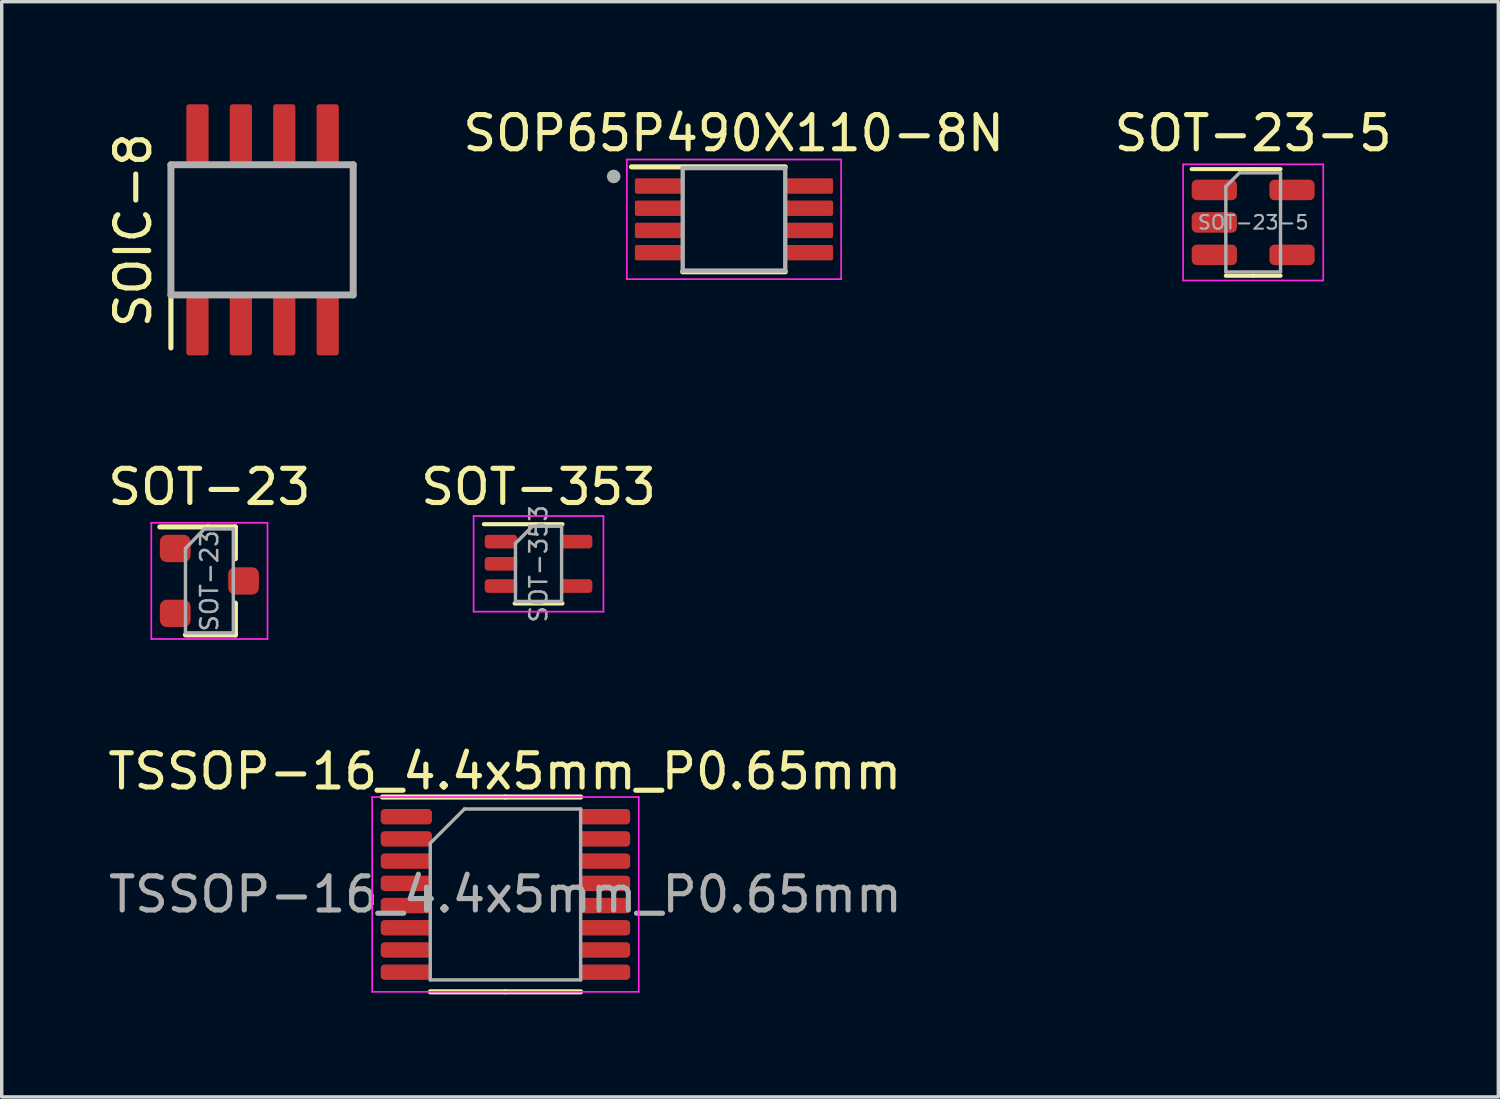
<source format=kicad_pcb>
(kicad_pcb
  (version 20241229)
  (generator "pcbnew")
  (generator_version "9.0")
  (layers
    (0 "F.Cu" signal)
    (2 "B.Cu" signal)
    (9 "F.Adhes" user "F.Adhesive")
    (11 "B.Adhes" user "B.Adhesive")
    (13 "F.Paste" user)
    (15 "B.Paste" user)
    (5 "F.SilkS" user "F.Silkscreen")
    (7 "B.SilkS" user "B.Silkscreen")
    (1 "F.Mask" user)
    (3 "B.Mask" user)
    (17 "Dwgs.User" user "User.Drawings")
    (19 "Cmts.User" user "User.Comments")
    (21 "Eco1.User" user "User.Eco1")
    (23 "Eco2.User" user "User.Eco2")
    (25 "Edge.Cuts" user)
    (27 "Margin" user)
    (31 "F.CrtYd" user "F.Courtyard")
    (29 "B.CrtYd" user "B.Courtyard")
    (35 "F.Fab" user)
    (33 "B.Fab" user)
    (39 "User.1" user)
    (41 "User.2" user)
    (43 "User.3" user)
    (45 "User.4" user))
  (footprint "SOIC-8"
    (layer "F.Cu")
    (at 4.618 3.675)
    (property "Reference" "SOIC-8" (at -3.77 0.01 270) (layer "F.SilkS") (effects (font (size 1 1) (thickness 0.15))))
    (attr smd)
    (fp_line (start -2.667 3.455) (end -2.667 -1.27) (stroke (width 0.15) (type solid)) (layer "F.SilkS"))
    (fp_line (start 2.667 -1.27) (end 2.667 1.27) (stroke (width 0.15) (type solid)) (layer "F.SilkS"))
    (fp_line (start -2.667 -1.905) (end 2.667 -1.905) (stroke (width 0.203) (type solid)) (layer "F.Fab"))
    (fp_line (start -2.667 1.905) (end -2.667 -1.905) (stroke (width 0.203) (type solid)) (layer "F.Fab"))
    (fp_line (start 2.667 -1.905) (end 2.667 1.905) (stroke (width 0.203) (type solid)) (layer "F.Fab"))
    (fp_line (start 2.667 1.905) (end -2.667 1.905) (stroke (width 0.203) (type solid)) (layer "F.Fab"))
    (pad "1" smd roundrect (at -1.89 2.8 90) (size 1.75 0.65) (layers "F.Cu" "F.Mask" "F.Paste") (roundrect_rratio 0.125))
    (pad "2" smd roundrect (at -0.62 2.8 90) (size 1.75 0.65) (layers "F.Cu" "F.Mask" "F.Paste") (roundrect_rratio 0.125))
    (pad "3" smd roundrect (at 0.65 2.8 90) (size 1.75 0.65) (layers "F.Cu" "F.Mask" "F.Paste") (roundrect_rratio 0.125))
    (pad "4" smd roundrect (at 1.92 2.8 90) (size 1.75 0.65) (layers "F.Cu" "F.Mask" "F.Paste") (roundrect_rratio 0.125))
    (pad "5" smd roundrect (at 1.92 -2.8 90) (size 1.75 0.65) (layers "F.Cu" "F.Mask" "F.Paste") (roundrect_rratio 0.125))
    (pad "6" smd roundrect (at 0.65 -2.8 90) (size 1.75 0.65) (layers "F.Cu" "F.Mask" "F.Paste") (roundrect_rratio 0.125))
    (pad "7" smd roundrect (at -0.62 -2.8 90) (size 1.75 0.65) (layers "F.Cu" "F.Mask" "F.Paste") (roundrect_rratio 0.125))
    (pad "8" smd roundrect (at -1.89 -2.8 90) (size 1.75 0.65) (layers "F.Cu" "F.Mask" "F.Paste") (roundrect_rratio 0.125)))
  (footprint "SOT-23"
    (layer "F.Cu")
    (at 3.077 13.948)
    (property "Reference" "SOT-23" (at 0 -2.75 0) (layer "F.SilkS") (effects (font (size 1 1) (thickness 0.15))))
    (attr smd)
    (fp_line (start -0.04 -1.58) (end -1.45 -1.58) (stroke (width 0.15) (type solid)) (layer "F.SilkS"))
    (fp_line (start -0.04 -1.58) (end 0.76 -1.58) (stroke (width 0.15) (type solid)) (layer "F.SilkS"))
    (fp_line (start 0.76 -1.58) (end 0.76 -0.65) (stroke (width 0.15) (type solid)) (layer "F.SilkS"))
    (fp_line (start 0.76 1.58) (end -0.7 1.58) (stroke (width 0.15) (type solid)) (layer "F.SilkS"))
    (fp_line (start 0.76 1.58) (end 0.76 0.65) (stroke (width 0.15) (type solid)) (layer "F.SilkS"))
    (fp_line (start -1.7 -1.7) (end 1.7 -1.7) (stroke (width 0.05) (type solid)) (layer "F.CrtYd"))
    (fp_line (start -1.7 1.7) (end -1.7 -1.7) (stroke (width 0.05) (type solid)) (layer "F.CrtYd"))
    (fp_line (start 1.7 -1.7) (end 1.7 1.7) (stroke (width 0.05) (type solid)) (layer "F.CrtYd"))
    (fp_line (start 1.7 1.7) (end -1.7 1.7) (stroke (width 0.05) (type solid)) (layer "F.CrtYd"))
    (fp_line (start -0.7 -0.95) (end -0.7 1.5) (stroke (width 0.1) (type solid)) (layer "F.Fab"))
    (fp_line (start -0.7 -0.95) (end -0.15 -1.52) (stroke (width 0.1) (type solid)) (layer "F.Fab"))
    (fp_line (start -0.7 1.52) (end 0.7 1.52) (stroke (width 0.1) (type solid)) (layer "F.Fab"))
    (fp_line (start -0.15 -1.52) (end 0.7 -1.52) (stroke (width 0.1) (type solid)) (layer "F.Fab"))
    (fp_line (start 0.7 -1.52) (end 0.7 1.52) (stroke (width 0.1) (type solid)) (layer "F.Fab"))
    (fp_text user "${REFERENCE}" (at 0 0 90) (layer "F.Fab") (effects (font (size 0.5 0.5) (thickness 0.075))))
    (pad "1" smd roundrect (at -1 -0.95) (size 0.9 0.8) (layers "F.Cu" "F.Mask" "F.Paste") (roundrect_rratio 0.25))
    (pad "2" smd roundrect (at -1 0.95) (size 0.9 0.8) (layers "F.Cu" "F.Mask" "F.Paste") (roundrect_rratio 0.25))
    (pad "3" smd roundrect (at 1 0) (size 0.9 0.8) (layers "F.Cu" "F.Mask" "F.Paste") (roundrect_rratio 0.25)))
  (footprint "SOP65P490X110-8N"
    (layer "F.Cu")
    (at 18.427 3.368)
    (property "Reference" "SOP65P490X110-8N" (at -0.01 -2.52 0) (layer "F.SilkS") (effects (font (size 1 1) (thickness 0.15))))
    (attr smd)
    (fp_line (start -3 -1.535) (end 1.5 -1.535) (stroke (width 0.15) (type solid)) (layer "F.SilkS"))
    (fp_line (start -1.5 1.535) (end 1.5 1.535) (stroke (width 0.15) (type solid)) (layer "F.SilkS"))
    (fp_line (start -3.135 -1.75) (end -3.135 1.75) (stroke (width 0.05) (type solid)) (layer "F.CrtYd"))
    (fp_line (start -3.135 -1.75) (end 3.135 -1.75) (stroke (width 0.05) (type solid)) (layer "F.CrtYd"))
    (fp_line (start -3.135 1.75) (end 3.135 1.75) (stroke (width 0.05) (type solid)) (layer "F.CrtYd"))
    (fp_line (start 3.135 -1.75) (end 3.135 1.75) (stroke (width 0.05) (type solid)) (layer "F.CrtYd"))
    (fp_line (start -1.5 -1.5) (end -1.5 1.5) (stroke (width 0.127) (type solid)) (layer "F.Fab"))
    (fp_line (start -1.5 -1.5) (end 1.5 -1.5) (stroke (width 0.127) (type solid)) (layer "F.Fab"))
    (fp_line (start -1.5 1.5) (end 1.5 1.5) (stroke (width 0.127) (type solid)) (layer "F.Fab"))
    (fp_line (start 1.5 -1.5) (end 1.5 1.5) (stroke (width 0.127) (type solid)) (layer "F.Fab"))
    (fp_circle (center -3.52 -1.255) (end -3.42 -1.255) (stroke (width 0.2) (type solid)) (fill no) (layer "F.Fab"))
    (pad "1" smd roundrect (at -2.2 -0.975) (size 1.4 0.45) (layers "F.Cu" "F.Mask" "F.Paste") (roundrect_rratio 0.125))
    (pad "2" smd roundrect (at -2.2 -0.325) (size 1.4 0.45) (layers "F.Cu" "F.Mask" "F.Paste") (roundrect_rratio 0.125))
    (pad "3" smd roundrect (at -2.2 0.325) (size 1.4 0.45) (layers "F.Cu" "F.Mask" "F.Paste") (roundrect_rratio 0.125))
    (pad "4" smd roundrect (at -2.2 0.975) (size 1.4 0.45) (layers "F.Cu" "F.Mask" "F.Paste") (roundrect_rratio 0.125))
    (pad "5" smd roundrect (at 2.2 0.975) (size 1.4 0.45) (layers "F.Cu" "F.Mask" "F.Paste") (roundrect_rratio 0.125))
    (pad "6" smd roundrect (at 2.2 0.325) (size 1.4 0.45) (layers "F.Cu" "F.Mask" "F.Paste") (roundrect_rratio 0.125))
    (pad "7" smd roundrect (at 2.2 -0.325) (size 1.4 0.45) (layers "F.Cu" "F.Mask" "F.Paste") (roundrect_rratio 0.125))
    (pad "8" smd roundrect (at 2.2 -0.975) (size 1.4 0.45) (layers "F.Cu" "F.Mask" "F.Paste") (roundrect_rratio 0.125)))
  (footprint "SOT-23-5"
    (layer "F.Cu")
    (at 33.619 3.458)
    (property "Reference" "SOT-23-5" (at 0 -2.61 0) (layer "F.SilkS") (effects (font (size 1 1) (thickness 0.15))))
    (attr smd)
    (fp_line (start 0 -1.56) (end -1.8 -1.56) (stroke (width 0.12) (type solid)) (layer "F.SilkS"))
    (fp_line (start 0 -1.56) (end 0.8 -1.56) (stroke (width 0.12) (type solid)) (layer "F.SilkS"))
    (fp_line (start 0 1.56) (end -0.8 1.56) (stroke (width 0.12) (type solid)) (layer "F.SilkS"))
    (fp_line (start 0 1.56) (end 0.8 1.56) (stroke (width 0.12) (type solid)) (layer "F.SilkS"))
    (fp_line (start -2.05 -1.7) (end -2.05 1.7) (stroke (width 0.05) (type solid)) (layer "F.CrtYd"))
    (fp_line (start -2.05 1.7) (end 2.05 1.7) (stroke (width 0.05) (type solid)) (layer "F.CrtYd"))
    (fp_line (start 2.05 -1.7) (end -2.05 -1.7) (stroke (width 0.05) (type solid)) (layer "F.CrtYd"))
    (fp_line (start 2.05 1.7) (end 2.05 -1.7) (stroke (width 0.05) (type solid)) (layer "F.CrtYd"))
    (fp_line (start -0.8 -1.05) (end -0.4 -1.45) (stroke (width 0.1) (type solid)) (layer "F.Fab"))
    (fp_line (start -0.8 1.45) (end -0.8 -1.05) (stroke (width 0.1) (type solid)) (layer "F.Fab"))
    (fp_line (start -0.4 -1.45) (end 0.8 -1.45) (stroke (width 0.1) (type solid)) (layer "F.Fab"))
    (fp_line (start 0.8 -1.45) (end 0.8 1.45) (stroke (width 0.1) (type solid)) (layer "F.Fab"))
    (fp_line (start 0.8 1.45) (end -0.8 1.45) (stroke (width 0.1) (type solid)) (layer "F.Fab"))
    (fp_text user "${REFERENCE}" (at 0 0 0) (layer "F.Fab") (effects (font (size 0.4 0.4) (thickness 0.06))))
    (pad "1" smd roundrect (at -1.137 -0.95) (size 1.325 0.6) (layers "F.Cu" "F.Mask" "F.Paste") (roundrect_rratio 0.25))
    (pad "2" smd roundrect (at -1.137 0) (size 1.325 0.6) (layers "F.Cu" "F.Mask" "F.Paste") (roundrect_rratio 0.25))
    (pad "3" smd roundrect (at -1.137 0.95) (size 1.325 0.6) (layers "F.Cu" "F.Mask" "F.Paste") (roundrect_rratio 0.25))
    (pad "4" smd roundrect (at 1.137 0.95) (size 1.325 0.6) (layers "F.Cu" "F.Mask" "F.Paste") (roundrect_rratio 0.25))
    (pad "5" smd roundrect (at 1.137 -0.95) (size 1.325 0.6) (layers "F.Cu" "F.Mask" "F.Paste") (roundrect_rratio 0.25)))
  (footprint "SOT-353"
    (layer "F.Cu")
    (at 12.708 13.448)
    (property "Reference" "SOT-353" (at 0 -2.25 0) (layer "F.SilkS") (effects (font (size 1 1) (thickness 0.15))))
    (attr smd)
    (fp_line (start -1.6 -1.16) (end 0.7 -1.16) (stroke (width 0.12) (type solid)) (layer "F.SilkS"))
    (fp_line (start -0.7 1.16) (end 0.7 1.16) (stroke (width 0.12) (type solid)) (layer "F.SilkS"))
    (fp_line (start -1.9 -1.4) (end -1.9 1.4) (stroke (width 0.05) (type solid)) (layer "F.CrtYd"))
    (fp_line (start -1.9 -1.4) (end 1.9 -1.4) (stroke (width 0.05) (type solid)) (layer "F.CrtYd"))
    (fp_line (start -1.9 1.4) (end 1.9 1.4) (stroke (width 0.05) (type solid)) (layer "F.CrtYd"))
    (fp_line (start 1.9 1.4) (end 1.9 -1.4) (stroke (width 0.05) (type solid)) (layer "F.CrtYd"))
    (fp_line (start -0.675 -0.6) (end -0.675 1.1) (stroke (width 0.1) (type solid)) (layer "F.Fab"))
    (fp_line (start -0.175 -1.1) (end -0.675 -0.6) (stroke (width 0.1) (type solid)) (layer "F.Fab"))
    (fp_line (start 0.675 -1.1) (end -0.175 -1.1) (stroke (width 0.1) (type solid)) (layer "F.Fab"))
    (fp_line (start 0.675 -1.1) (end 0.675 1.1) (stroke (width 0.1) (type solid)) (layer "F.Fab"))
    (fp_line (start 0.675 1.1) (end -0.675 1.1) (stroke (width 0.1) (type solid)) (layer "F.Fab"))
    (fp_text user "${REFERENCE}" (at 0 0 90) (layer "F.Fab") (effects (font (size 0.5 0.5) (thickness 0.075))))
    (pad "1" smd roundrect (at -1.1 -0.65) (size 0.95 0.4) (layers "F.Cu" "F.Mask" "F.Paste") (roundrect_rratio 0.25))
    (pad "2" smd roundrect (at -1.1 0) (size 0.95 0.4) (layers "F.Cu" "F.Mask" "F.Paste") (roundrect_rratio 0.25))
    (pad "3" smd roundrect (at -1.1 0.65) (size 0.95 0.4) (layers "F.Cu" "F.Mask" "F.Paste") (roundrect_rratio 0.25))
    (pad "4" smd roundrect (at 1.1 0.65) (size 0.95 0.4) (layers "F.Cu" "F.Mask" "F.Paste") (roundrect_rratio 0.25))
    (pad "5" smd roundrect (at 1.1 -0.65) (size 0.95 0.4) (layers "F.Cu" "F.Mask" "F.Paste") (roundrect_rratio 0.25)))
  (footprint "TSSOP-16_4.4x5mm_P0.65mm"
    (layer "F.Cu")
    (at 11.74 23.122)
    (property "Reference" "TSSOP-16_4.4x5mm_P0.65mm" (at -0.02 -3.6 0) (layer "F.SilkS") (effects (font (size 1 1) (thickness 0.15))))
    (attr smd)
    (fp_line (start 0 -2.85) (end -3.6 -2.85) (stroke (width 0.15) (type solid)) (layer "F.SilkS"))
    (fp_line (start 0 -2.85) (end 2.2 -2.85) (stroke (width 0.15) (type solid)) (layer "F.SilkS"))
    (fp_line (start 0 2.85) (end -2.2 2.85) (stroke (width 0.15) (type solid)) (layer "F.SilkS"))
    (fp_line (start 0 2.85) (end 2.2 2.85) (stroke (width 0.15) (type solid)) (layer "F.SilkS"))
    (fp_line (start -3.9 -2.85) (end -3.9 2.85) (stroke (width 0.05) (type solid)) (layer "F.CrtYd"))
    (fp_line (start -3.9 2.85) (end 3.9 2.85) (stroke (width 0.05) (type solid)) (layer "F.CrtYd"))
    (fp_line (start 3.9 -2.85) (end -3.9 -2.85) (stroke (width 0.05) (type solid)) (layer "F.CrtYd"))
    (fp_line (start 3.9 2.85) (end 3.9 -2.85) (stroke (width 0.05) (type solid)) (layer "F.CrtYd"))
    (fp_line (start -2.2 -1.5) (end -1.2 -2.5) (stroke (width 0.1) (type solid)) (layer "F.Fab"))
    (fp_line (start -2.2 2.5) (end -2.2 -1.5) (stroke (width 0.1) (type solid)) (layer "F.Fab"))
    (fp_line (start -1.2 -2.5) (end 2.2 -2.5) (stroke (width 0.1) (type solid)) (layer "F.Fab"))
    (fp_line (start 2.2 -2.5) (end 2.2 2.5) (stroke (width 0.1) (type solid)) (layer "F.Fab"))
    (fp_line (start 2.2 2.5) (end -2.2 2.5) (stroke (width 0.1) (type solid)) (layer "F.Fab"))
    (fp_text user "${REFERENCE}" (at 0 0 0) (layer "F.Fab") (effects (font (size 1 1) (thickness 0.15))))
    (pad "1" smd roundrect (at -2.9 -2.275) (size 1.5 0.45) (layers "F.Cu" "F.Mask" "F.Paste") (roundrect_rratio 0.25))
    (pad "2" smd roundrect (at -2.9 -1.625) (size 1.5 0.45) (layers "F.Cu" "F.Mask" "F.Paste") (roundrect_rratio 0.25))
    (pad "3" smd roundrect (at -2.9 -0.975) (size 1.5 0.45) (layers "F.Cu" "F.Mask" "F.Paste") (roundrect_rratio 0.25))
    (pad "4" smd roundrect (at -2.9 -0.325) (size 1.5 0.45) (layers "F.Cu" "F.Mask" "F.Paste") (roundrect_rratio 0.25))
    (pad "5" smd roundrect (at -2.9 0.325) (size 1.5 0.45) (layers "F.Cu" "F.Mask" "F.Paste") (roundrect_rratio 0.25))
    (pad "6" smd roundrect (at -2.9 0.975) (size 1.5 0.45) (layers "F.Cu" "F.Mask" "F.Paste") (roundrect_rratio 0.25))
    (pad "7" smd roundrect (at -2.9 1.625) (size 1.5 0.45) (layers "F.Cu" "F.Mask" "F.Paste") (roundrect_rratio 0.25))
    (pad "8" smd roundrect (at -2.9 2.275) (size 1.5 0.45) (layers "F.Cu" "F.Mask" "F.Paste") (roundrect_rratio 0.25))
    (pad "9" smd roundrect (at 2.9 2.275) (size 1.5 0.45) (layers "F.Cu" "F.Mask" "F.Paste") (roundrect_rratio 0.25))
    (pad "10" smd roundrect (at 2.9 1.625) (size 1.5 0.45) (layers "F.Cu" "F.Mask" "F.Paste") (roundrect_rratio 0.25))
    (pad "11" smd roundrect (at 2.9 0.975) (size 1.5 0.45) (layers "F.Cu" "F.Mask" "F.Paste") (roundrect_rratio 0.25))
    (pad "12" smd roundrect (at 2.9 0.325) (size 1.5 0.45) (layers "F.Cu" "F.Mask" "F.Paste") (roundrect_rratio 0.25))
    (pad "13" smd roundrect (at 2.9 -0.325) (size 1.5 0.45) (layers "F.Cu" "F.Mask" "F.Paste") (roundrect_rratio 0.25))
    (pad "14" smd roundrect (at 2.9 -0.975) (size 1.5 0.45) (layers "F.Cu" "F.Mask" "F.Paste") (roundrect_rratio 0.25))
    (pad "15" smd roundrect (at 2.9 -1.625) (size 1.5 0.45) (layers "F.Cu" "F.Mask" "F.Paste") (roundrect_rratio 0.25))
    (pad "16" smd roundrect (at 2.9 -2.275) (size 1.5 0.45) (layers "F.Cu" "F.Mask" "F.Paste") (roundrect_rratio 0.25)))
  (gr_rect
    (start -3 -3)
    (end 40.792 29.047)
    (stroke (width 0.1) (type default))
    (fill no)
    (layer "Edge.Cuts")))
</source>
